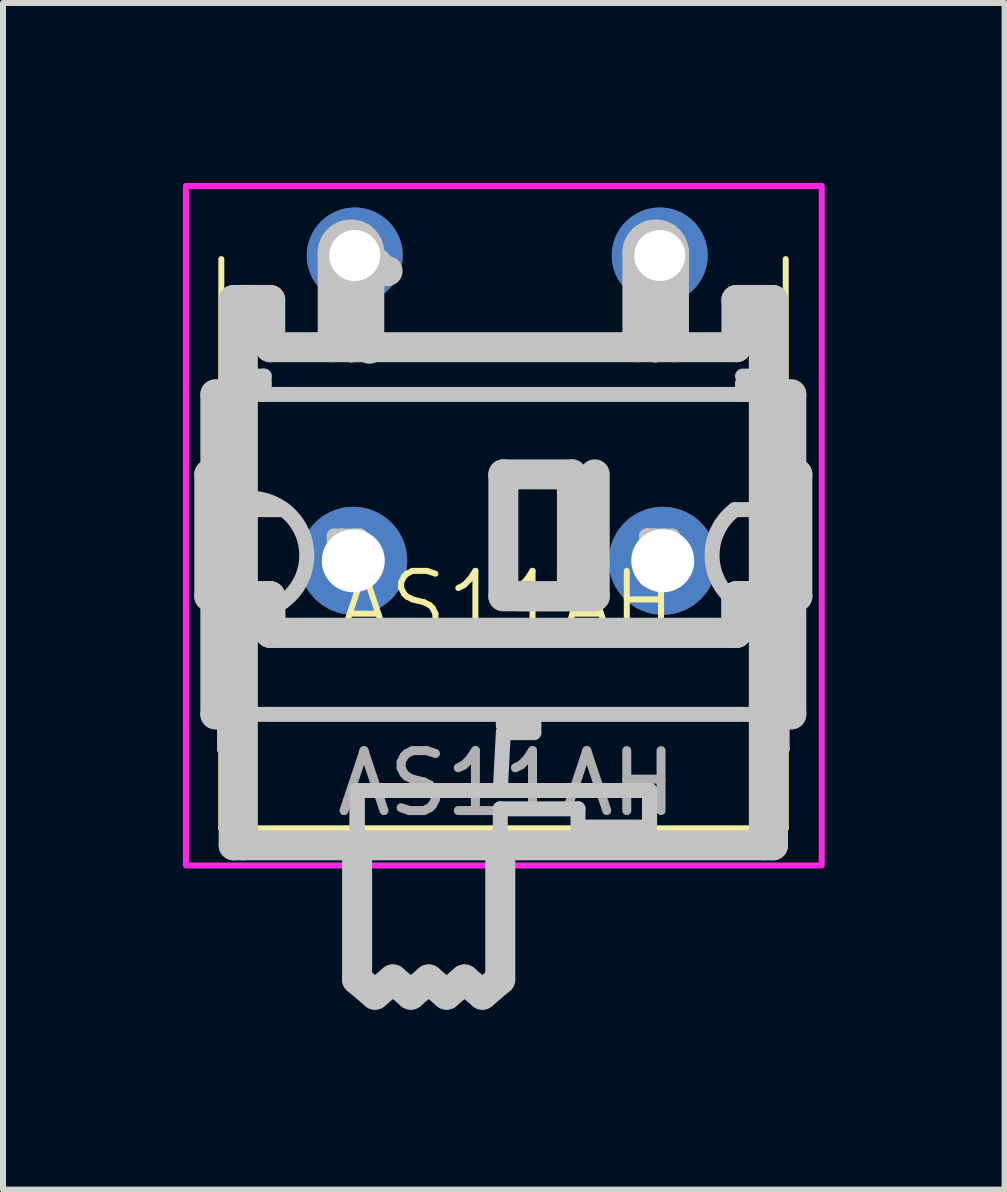
<source format=kicad_pcb>
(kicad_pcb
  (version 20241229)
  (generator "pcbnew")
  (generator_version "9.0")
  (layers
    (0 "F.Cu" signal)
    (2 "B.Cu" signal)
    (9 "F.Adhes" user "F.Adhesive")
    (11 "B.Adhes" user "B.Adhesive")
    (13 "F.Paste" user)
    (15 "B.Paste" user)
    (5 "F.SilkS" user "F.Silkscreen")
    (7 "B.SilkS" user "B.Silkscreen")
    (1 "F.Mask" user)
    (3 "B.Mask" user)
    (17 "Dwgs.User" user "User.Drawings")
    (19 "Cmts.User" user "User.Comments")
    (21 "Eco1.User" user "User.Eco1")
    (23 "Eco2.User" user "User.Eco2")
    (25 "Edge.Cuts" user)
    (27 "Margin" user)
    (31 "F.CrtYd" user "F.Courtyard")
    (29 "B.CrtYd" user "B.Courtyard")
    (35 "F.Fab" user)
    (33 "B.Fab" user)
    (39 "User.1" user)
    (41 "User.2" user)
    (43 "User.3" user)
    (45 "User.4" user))
  (footprint "AS11AH"
    (layer "F.Cu")
    (at 5.4 7.51)
    (property "Reference" "AS11AH" (at 0 -0.5 0) (unlocked yes) (layer "F.SilkS") (effects (font (size 1 1) (thickness 0.1))))
    (attr through_hole)
    (fp_line (start -4.76 3.25) (end -4.76 -6.24) (stroke (width 0.1) (type default)) (layer "F.SilkS"))
    (fp_line (start 4.65 -6.24) (end 4.65 3.25) (stroke (width 0.1) (type default)) (layer "F.SilkS"))
    (fp_line (start 4.65 3.25) (end -4.76 3.25) (stroke (width 0.1) (type default)) (layer "F.SilkS"))
    (fp_line (start -4.96 -2.651) (end -4.96 -0.619) (stroke (width 0.5) (type default)) (layer "Dwgs.User"))
    (fp_line (start -4.859 -2.651) (end -4.96 -2.651) (stroke (width 0.5) (type default)) (layer "Dwgs.User"))
    (fp_line (start -4.859 1.35) (end -4.859 -3.984) (stroke (width 0.5) (type default)) (layer "Dwgs.User"))
    (fp_line (start -4.706 -3.984) (end 4.438 -3.984) (stroke (width 0.25) (type default)) (layer "Dwgs.User"))
    (fp_line (start -4.706 -2.063) (end -4.706 -3.984) (stroke (width 0.25) (type default)) (layer "Dwgs.User"))
    (fp_line (start -4.706 -0.619) (end -4.96 -0.619) (stroke (width 0.5) (type default)) (layer "Dwgs.User"))
    (fp_line (start -4.706 1.921) (end -4.706 -0.619) (stroke (width 0.25) (type default)) (layer "Dwgs.User"))
    (fp_line (start -4.554 -5.559) (end -4.401 -5.559) (stroke (width 0.0001) (type default)) (layer "Dwgs.User"))
    (fp_line (start -4.554 -4.771) (end 4.438 -4.771) (stroke (width 0.25) (type default)) (layer "Dwgs.User"))
    (fp_line (start -4.554 -4.289) (end -4.554 -4.771) (stroke (width 0.25) (type default)) (layer "Dwgs.User"))
    (fp_line (start -4.554 -4.162) (end -4.554 -5.559) (stroke (width 0.5) (type default)) (layer "Dwgs.User"))
    (fp_line (start -4.554 -3.984) (end -4.859 -3.984) (stroke (width 0.5) (type default)) (layer "Dwgs.User"))
    (fp_line (start -4.554 -2.651) (end -4.859 -2.651) (stroke (width 0.25) (type default)) (layer "Dwgs.User"))
    (fp_line (start -4.554 -2.651) (end -4.859 -2.651) (stroke (width 0.25) (type default)) (layer "Dwgs.User"))
    (fp_line (start -4.554 -0.619) (end -4.859 -0.619) (stroke (width 0.25) (type default)) (layer "Dwgs.User"))
    (fp_line (start -4.554 -0.619) (end -4.859 -0.619) (stroke (width 0.25) (type default)) (layer "Dwgs.User"))
    (fp_line (start -4.554 1.35) (end -4.859 1.35) (stroke (width 0.5) (type default)) (layer "Dwgs.User"))
    (fp_line (start -4.554 1.35) (end -4.554 -3.984) (stroke (width 0.5) (type default)) (layer "Dwgs.User"))
    (fp_line (start -4.554 1.35) (end 4.438 1.35) (stroke (width 0.25) (type default)) (layer "Dwgs.User"))
    (fp_line (start -4.554 3.534) (end -4.554 1.35) (stroke (width 0.5) (type default)) (layer "Dwgs.User"))
    (fp_line (start -4.401 -5.559) (end -4.3 -5.559) (stroke (width 0.5) (type default)) (layer "Dwgs.User"))
    (fp_line (start -4.401 -0.619) (end -4.401 -5.559) (stroke (width 0.5) (type default)) (layer "Dwgs.User"))
    (fp_line (start -4.401 3.534) (end -4.401 -0.619) (stroke (width 0.5) (type default)) (layer "Dwgs.User"))
    (fp_line (start -4.3 1.312) (end -4.706 1.312) (stroke (width 0.25) (type default)) (layer "Dwgs.User"))
    (fp_line (start -4.3 1.312) (end -4.3 1.921) (stroke (width 0.25) (type default)) (layer "Dwgs.User"))
    (fp_line (start -4.3 1.921) (end -4.706 1.921) (stroke (width 0.25) (type default)) (layer "Dwgs.User"))
    (fp_line (start -4.287 -2.254) (end -4.287 -2.063) (stroke (width 0.25) (type default)) (layer "Dwgs.User"))
    (fp_line (start -4.287 -0.349) (end -4.287 -0.539) (stroke (width 0.25) (type default)) (layer "Dwgs.User"))
    (fp_line (start -4.046 -4.289) (end -4.554 -4.289) (stroke (width 0.25) (type default)) (layer "Dwgs.User"))
    (fp_line (start -4.046 -4.289) (end -4.046 -3.984) (stroke (width 0.25) (type default)) (layer "Dwgs.User"))
    (fp_line (start -4.046 -4.162) (end -4.554 -4.162) (stroke (width 0.25) (type default)) (layer "Dwgs.User"))
    (fp_line (start -3.944 -5.559) (end -4.554 -5.559) (stroke (width 0.5) (type default)) (layer "Dwgs.User"))
    (fp_line (start -3.944 -4.771) (end -3.944 -5.559) (stroke (width 0.5) (type default)) (layer "Dwgs.User"))
    (fp_line (start -3.944 -4.721) (end -3.944 -4.695) (stroke (width 0.25) (type default)) (layer "Dwgs.User"))
    (fp_line (start -3.944 -0.619) (end -4.554 -0.619) (stroke (width 0.5) (type default)) (layer "Dwgs.User"))
    (fp_line (start -3.944 -0.619) (end -4.554 -0.619) (stroke (width 0.5) (type default)) (layer "Dwgs.User"))
    (fp_line (start -3.944 -0.009) (end -3.944 -0.619) (stroke (width 0.5) (type default)) (layer "Dwgs.User"))
    (fp_line (start -3.944 -0.009) (end -3.944 -0.619) (stroke (width 0.5) (type default)) (layer "Dwgs.User"))
    (fp_line (start -3.716 -2.063) (end -4.706 -2.063) (stroke (width 0.25) (type default)) (layer "Dwgs.User"))
    (fp_line (start -3.716 -0.539) (end -4.287 -0.539) (stroke (width 0.25) (type default)) (layer "Dwgs.User"))
    (fp_line (start -2.933 -5.737) (end -2.263 -5.737) (stroke (width 0.25) (type default)) (layer "Dwgs.User"))
    (fp_line (start -2.918 -6.346) (end -2.293 -6.346) (stroke (width 0.25) (type default)) (layer "Dwgs.User"))
    (fp_line (start -2.903 -6.346) (end -2.903 -4.771) (stroke (width 0.5) (type default)) (layer "Dwgs.User"))
    (fp_line (start -2.903 -5.737) (end -2.933 -5.737) (stroke (width 0.25) (type default)) (layer "Dwgs.User"))
    (fp_line (start -2.903 -4.771) (end -2.903 -4.721) (stroke (width 0.25) (type default)) (layer "Dwgs.User"))
    (fp_line (start -2.903 -4.721) (end -2.598 -4.643) (stroke (width 0.25) (type default)) (layer "Dwgs.User"))
    (fp_line (start -2.877 -1.622) (end -2.877 -1.132) (stroke (width 0.25) (type default)) (layer "Dwgs.User"))
    (fp_line (start -2.756 -0.911) (end -2.756 -1.622) (stroke (width 0.25) (type default)) (layer "Dwgs.User"))
    (fp_line (start -2.75 -1.622) (end -2.756 -1.622) (stroke (width 0.25) (type default)) (layer "Dwgs.User"))
    (fp_line (start -2.75 -1.4) (end -2.573 -1.4) (stroke (width 0.25) (type default)) (layer "Dwgs.User"))
    (fp_line (start -2.75 -1.132) (end -2.75 -1.622) (stroke (width 0.25) (type default)) (layer "Dwgs.User"))
    (fp_line (start -2.598 -6.041) (end -2.598 -6.666) (stroke (width 0.25) (type default)) (layer "Dwgs.User"))
    (fp_line (start -2.598 -6.041) (end -2.293 -6.346) (stroke (width 0.25) (type default)) (layer "Dwgs.User"))
    (fp_line (start -2.598 -5.789) (end -2.598 -6.026) (stroke (width 0.25) (type default)) (layer "Dwgs.User"))
    (fp_line (start -2.598 -5.789) (end -2.598 -4.643) (stroke (width 0.25) (type default)) (layer "Dwgs.User"))
    (fp_line (start -2.573 -1.4) (end -2.573 -0.911) (stroke (width 0.25) (type default)) (layer "Dwgs.User"))
    (fp_line (start -2.496 2.62) (end -2.496 3.534) (stroke (width 0.25) (type default)) (layer "Dwgs.User"))
    (fp_line (start -2.496 2.62) (end -2.496 3.534) (stroke (width 0.25) (type default)) (layer "Dwgs.User"))
    (fp_line (start -2.496 3.534) (end -2.496 5.77) (stroke (width 0.5) (type default)) (layer "Dwgs.User"))
    (fp_line (start -2.496 5.77) (end -2.198 6.024) (stroke (width 0.5) (type default)) (layer "Dwgs.User"))
    (fp_line (start -2.451 -1.622) (end -2.573 -1.622) (stroke (width 0.25) (type default)) (layer "Dwgs.User"))
    (fp_line (start -2.451 -1.132) (end -2.877 -1.132) (stroke (width 0.25) (type default)) (layer "Dwgs.User"))
    (fp_line (start -2.451 -1.132) (end -2.451 -1.622) (stroke (width 0.25) (type default)) (layer "Dwgs.User"))
    (fp_line (start -2.446 -1.622) (end -2.877 -1.622) (stroke (width 0.25) (type default)) (layer "Dwgs.User"))
    (fp_line (start -2.446 -0.911) (end -2.756 -0.911) (stroke (width 0.25) (type default)) (layer "Dwgs.User"))
    (fp_line (start -2.446 -0.911) (end -2.446 -1.622) (stroke (width 0.25) (type default)) (layer "Dwgs.User"))
    (fp_line (start -2.293 -6.346) (end -2.293 -5.737) (stroke (width 0.25) (type default)) (layer "Dwgs.User"))
    (fp_line (start -2.293 -5.737) (end -2.903 -5.737) (stroke (width 0.25) (type default)) (layer "Dwgs.User"))
    (fp_line (start -2.293 -4.771) (end -2.293 -6.041) (stroke (width 0.5) (type default)) (layer "Dwgs.User"))
    (fp_line (start -2.293 -4.771) (end -2.293 -4.746) (stroke (width 0.5) (type default)) (layer "Dwgs.User"))
    (fp_line (start -2.293 -4.721) (end -2.293 -4.746) (stroke (width 0.25) (type default)) (layer "Dwgs.User"))
    (fp_line (start -2.198 6.024) (end -1.899 5.77) (stroke (width 0.5) (type default)) (layer "Dwgs.User"))
    (fp_line (start -1.988 -6.041) (end -2.293 -6.041) (stroke (width 0.5) (type default)) (layer "Dwgs.User"))
    (fp_line (start -1.899 5.77) (end -1.601 6.024) (stroke (width 0.5) (type default)) (layer "Dwgs.User"))
    (fp_line (start -1.601 6.024) (end -1.303 5.77) (stroke (width 0.5) (type default)) (layer "Dwgs.User"))
    (fp_line (start -1.303 5.77) (end -1.004 6.024) (stroke (width 0.5) (type default)) (layer "Dwgs.User"))
    (fp_line (start -1.004 6.024) (end -0.706 5.77) (stroke (width 0.5) (type default)) (layer "Dwgs.User"))
    (fp_line (start -0.706 5.77) (end -0.407 6.024) (stroke (width 0.5) (type default)) (layer "Dwgs.User"))
    (fp_line (start -0.407 6.024) (end -0.109 5.77) (stroke (width 0.5) (type default)) (layer "Dwgs.User"))
    (fp_line (start -0.109 2.62) (end -0.109 2.925) (stroke (width 0.0001) (type default)) (layer "Dwgs.User"))
    (fp_line (start -0.109 3.534) (end -0.109 2.925) (stroke (width 0.25) (type default)) (layer "Dwgs.User"))
    (fp_line (start -0.109 5.77) (end -0.109 3.534) (stroke (width 0.5) (type default)) (layer "Dwgs.User"))
    (fp_line (start -0.058 -2.651) (end -0.058 -0.619) (stroke (width 0.5) (type default)) (layer "Dwgs.User"))
    (fp_line (start -0.058 -0.619) (end -0.058 -0.009) (stroke (width 0.0001) (type default)) (layer "Dwgs.User"))
    (fp_line (start -0.058 1.35) (end -0.058 1.528) (stroke (width 0.25) (type default)) (layer "Dwgs.User"))
    (fp_line (start -0.058 1.655) (end -0.109 2.62) (stroke (width 0.25) (type default)) (layer "Dwgs.User"))
    (fp_line (start 0.45 1.35) (end 0.45 1.655) (stroke (width 0.25) (type default)) (layer "Dwgs.User"))
    (fp_line (start 0.45 1.528) (end -0.058 1.528) (stroke (width 0.25) (type default)) (layer "Dwgs.User"))
    (fp_line (start 0.45 1.655) (end -0.058 1.655) (stroke (width 0.25) (type default)) (layer "Dwgs.User"))
    (fp_line (start 1.085 -2.651) (end -0.058 -2.651) (stroke (width 0.5) (type default)) (layer "Dwgs.User"))
    (fp_line (start 1.085 -2.651) (end 1.085 -0.619) (stroke (width 0.5) (type default)) (layer "Dwgs.User"))
    (fp_line (start 1.085 -0.619) (end 0.196 -0.619) (stroke (width 0.5) (type default)) (layer "Dwgs.User"))
    (fp_line (start 1.187 2.925) (end -0.109 2.925) (stroke (width 0.25) (type default)) (layer "Dwgs.User"))
    (fp_line (start 1.187 2.925) (end 1.187 3.23) (stroke (width 0.25) (type default)) (layer "Dwgs.User"))
    (fp_line (start 1.466 -2.651) (end 1.466 -0.619) (stroke (width 0.5) (type default)) (layer "Dwgs.User"))
    (fp_line (start 1.466 -0.619) (end -0.058 -0.619) (stroke (width 0.5) (type default)) (layer "Dwgs.User"))
    (fp_line (start 2.147 -5.737) (end 2.817 -5.737) (stroke (width 0.25) (type default)) (layer "Dwgs.User"))
    (fp_line (start 2.177 -6.346) (end 2.177 -4.771) (stroke (width 0.5) (type default)) (layer "Dwgs.User"))
    (fp_line (start 2.177 -6.346) (end 2.787 -6.346) (stroke (width 0.25) (type default)) (layer "Dwgs.User"))
    (fp_line (start 2.177 -4.771) (end 2.177 -4.721) (stroke (width 0.25) (type default)) (layer "Dwgs.User"))
    (fp_line (start 2.177 -4.721) (end 2.482 -4.643) (stroke (width 0.25) (type default)) (layer "Dwgs.User"))
    (fp_line (start 2.33 -0.911) (end 2.33 -1.622) (stroke (width 0.25) (type default)) (layer "Dwgs.User"))
    (fp_line (start 2.33 -0.911) (end 2.457 -0.911) (stroke (width 0.25) (type default)) (layer "Dwgs.User"))
    (fp_line (start 2.335 -1.4) (end 2.335 -1.132) (stroke (width 0.25) (type default)) (layer "Dwgs.User"))
    (fp_line (start 2.335 -1.4) (end 2.64 -1.4) (stroke (width 0.25) (type default)) (layer "Dwgs.User"))
    (fp_line (start 2.335 -0.911) (end 2.335 -1.622) (stroke (width 0.25) (type default)) (layer "Dwgs.User"))
    (fp_line (start 2.38 2.62) (end -2.496 2.62) (stroke (width 0.25) (type default)) (layer "Dwgs.User"))
    (fp_line (start 2.38 2.62) (end -2.496 2.62) (stroke (width 0.25) (type default)) (layer "Dwgs.User"))
    (fp_line (start 2.38 2.62) (end 2.38 3.23) (stroke (width 0.25) (type default)) (layer "Dwgs.User"))
    (fp_line (start 2.38 2.62) (end 2.38 3.534) (stroke (width 0.25) (type default)) (layer "Dwgs.User"))
    (fp_line (start 2.38 3.23) (end 1.187 3.23) (stroke (width 0.25) (type default)) (layer "Dwgs.User"))
    (fp_line (start 2.457 -1.622) (end 2.335 -1.622) (stroke (width 0.25) (type default)) (layer "Dwgs.User"))
    (fp_line (start 2.457 -1.622) (end 2.634 -1.622) (stroke (width 0.25) (type default)) (layer "Dwgs.User"))
    (fp_line (start 2.457 -0.911) (end 2.457 -1.622) (stroke (width 0.25) (type default)) (layer "Dwgs.User"))
    (fp_line (start 2.482 -5.789) (end 2.482 -6.026) (stroke (width 0.25) (type default)) (layer "Dwgs.User"))
    (fp_line (start 2.482 -5.789) (end 2.482 -4.643) (stroke (width 0.25) (type default)) (layer "Dwgs.User"))
    (fp_line (start 2.482 -5.737) (end 2.482 -6.666) (stroke (width 0.25) (type default)) (layer "Dwgs.User"))
    (fp_line (start 2.634 -1.132) (end 2.335 -1.132) (stroke (width 0.25) (type default)) (layer "Dwgs.User"))
    (fp_line (start 2.634 -0.911) (end 2.634 -1.622) (stroke (width 0.25) (type default)) (layer "Dwgs.User"))
    (fp_line (start 2.634 -0.911) (end 2.64 -0.911) (stroke (width 0.25) (type default)) (layer "Dwgs.User"))
    (fp_line (start 2.64 -0.911) (end 2.64 -1.4) (stroke (width 0.25) (type default)) (layer "Dwgs.User"))
    (fp_line (start 2.761 -1.622) (end 2.33 -1.622) (stroke (width 0.25) (type default)) (layer "Dwgs.User"))
    (fp_line (start 2.761 -0.911) (end 2.335 -0.911) (stroke (width 0.25) (type default)) (layer "Dwgs.User"))
    (fp_line (start 2.761 -0.911) (end 2.761 -1.622) (stroke (width 0.25) (type default)) (layer "Dwgs.User"))
    (fp_line (start 2.787 -5.737) (end 2.482 -5.737) (stroke (width 0.25) (type default)) (layer "Dwgs.User"))
    (fp_line (start 2.787 -5.737) (end 2.817 -5.737) (stroke (width 0.25) (type default)) (layer "Dwgs.User"))
    (fp_line (start 2.787 -4.771) (end 2.787 -6.346) (stroke (width 0.5) (type default)) (layer "Dwgs.User"))
    (fp_line (start 2.787 -4.746) (end 2.787 -4.771) (stroke (width 0.25) (type default)) (layer "Dwgs.User"))
    (fp_line (start 2.787 -4.721) (end 2.787 -4.746) (stroke (width 0.25) (type default)) (layer "Dwgs.User"))
    (fp_line (start 3.803 -0.539) (end 4.743 -0.539) (stroke (width 0.25) (type default)) (layer "Dwgs.User"))
    (fp_line (start 3.803 -2.063) (end 4.59 -2.063) (stroke (width 0.25) (type default)) (layer "Dwgs.User"))
    (fp_line (start 3.828 -4.771) (end -3.944 -4.771) (stroke (width 0.5) (type default)) (layer "Dwgs.User"))
    (fp_line (start 3.828 -4.771) (end 3.828 -5.559) (stroke (width 0.5) (type default)) (layer "Dwgs.User"))
    (fp_line (start 3.828 -4.721) (end -3.944 -4.721) (stroke (width 0.25) (type default)) (layer "Dwgs.User"))
    (fp_line (start 3.828 -4.721) (end 3.828 -4.695) (stroke (width 0.25) (type default)) (layer "Dwgs.User"))
    (fp_line (start 3.828 -4.695) (end -3.944 -4.695) (stroke (width 0.25) (type default)) (layer "Dwgs.User"))
    (fp_line (start 3.828 -4.695) (end 4.285 -5.559) (stroke (width 0.25) (type default)) (layer "Dwgs.User"))
    (fp_line (start 3.828 -0.009) (end -3.944 -0.009) (stroke (width 0.5) (type default)) (layer "Dwgs.User"))
    (fp_line (start 3.828 -0.009) (end -3.944 -0.009) (stroke (width 0.5) (type default)) (layer "Dwgs.User"))
    (fp_line (start 3.828 -0.009) (end 3.828 -0.619) (stroke (width 0.5) (type default)) (layer "Dwgs.User"))
    (fp_line (start 3.828 -0.009) (end 3.828 -0.619) (stroke (width 0.5) (type default)) (layer "Dwgs.User"))
    (fp_line (start 3.93 -4.289) (end 4.438 -4.289) (stroke (width 0.25) (type default)) (layer "Dwgs.User"))
    (fp_line (start 3.93 -4.162) (end 3.93 -3.984) (stroke (width 0.25) (type default)) (layer "Dwgs.User"))
    (fp_line (start 3.93 -4.162) (end 4.59 -4.162) (stroke (width 0.25) (type default)) (layer "Dwgs.User"))
    (fp_line (start 4.184 1.312) (end 4.184 1.921) (stroke (width 0.25) (type default)) (layer "Dwgs.User"))
    (fp_line (start 4.184 1.312) (end 4.59 1.312) (stroke (width 0.25) (type default)) (layer "Dwgs.User"))
    (fp_line (start 4.184 1.921) (end 4.59 1.921) (stroke (width 0.25) (type default)) (layer "Dwgs.User"))
    (fp_line (start 4.285 -0.619) (end 4.285 -5.559) (stroke (width 0.5) (type default)) (layer "Dwgs.User"))
    (fp_line (start 4.285 3.534) (end 4.285 -0.619) (stroke (width 0.5) (type default)) (layer "Dwgs.User"))
    (fp_line (start 4.438 -5.559) (end 3.828 -5.559) (stroke (width 0.5) (type default)) (layer "Dwgs.User"))
    (fp_line (start 4.438 -4.771) (end 4.438 -4.289) (stroke (width 0.25) (type default)) (layer "Dwgs.User"))
    (fp_line (start 4.438 -3.984) (end 4.438 -5.559) (stroke (width 0.5) (type default)) (layer "Dwgs.User"))
    (fp_line (start 4.438 -0.619) (end 3.828 -0.619) (stroke (width 0.5) (type default)) (layer "Dwgs.User"))
    (fp_line (start 4.438 -0.619) (end 3.828 -0.619) (stroke (width 0.5) (type default)) (layer "Dwgs.User"))
    (fp_line (start 4.438 1.35) (end 4.438 -3.984) (stroke (width 0.5) (type default)) (layer "Dwgs.User"))
    (fp_line (start 4.438 3.534) (end -4.554 3.534) (stroke (width 0.5) (type default)) (layer "Dwgs.User"))
    (fp_line (start 4.438 3.534) (end 4.438 1.35) (stroke (width 0.5) (type default)) (layer "Dwgs.User"))
    (fp_line (start 4.59 -2.063) (end 4.59 -4.162) (stroke (width 0.25) (type default)) (layer "Dwgs.User"))
    (fp_line (start 4.59 1.921) (end 4.59 -0.539) (stroke (width 0.25) (type default)) (layer "Dwgs.User"))
    (fp_line (start 4.743 -3.984) (end 4.438 -3.984) (stroke (width 0.5) (type default)) (layer "Dwgs.User"))
    (fp_line (start 4.743 -2.651) (end 4.438 -2.651) (stroke (width 0.25) (type default)) (layer "Dwgs.User"))
    (fp_line (start 4.743 -2.651) (end 4.438 -2.651) (stroke (width 0.25) (type default)) (layer "Dwgs.User"))
    (fp_line (start 4.743 -0.619) (end 4.438 -0.619) (stroke (width 0.25) (type default)) (layer "Dwgs.User"))
    (fp_line (start 4.743 -0.619) (end 4.438 -0.619) (stroke (width 0.25) (type default)) (layer "Dwgs.User"))
    (fp_line (start 4.743 -0.539) (end 4.743 -0.619) (stroke (width 0.25) (type default)) (layer "Dwgs.User"))
    (fp_line (start 4.743 1.35) (end 4.438 1.35) (stroke (width 0.5) (type default)) (layer "Dwgs.User"))
    (fp_line (start 4.743 1.35) (end 4.743 -3.984) (stroke (width 0.5) (type default)) (layer "Dwgs.User"))
    (fp_line (start 4.844 -2.651) (end 4.743 -2.651) (stroke (width 0.5) (type default)) (layer "Dwgs.User"))
    (fp_line (start 4.844 -2.651) (end 4.844 -0.619) (stroke (width 0.5) (type default)) (layer "Dwgs.User"))
    (fp_line (start 4.844 -0.619) (end 4.743 -0.619) (stroke (width 0.5) (type default)) (layer "Dwgs.User"))
    (fp_arc (start -4.2871 -2.253625) (mid -3.3346 -1.301125) (end -4.2871 -0.348625) (stroke (width 0.25) (type default)) (layer "Dwgs.User"))
    (fp_arc (start -2.9028 -6.3462) (mid -2.598 -6.651) (end -2.2932 -6.3462) (stroke (width 0.5) (type default)) (layer "Dwgs.User"))
    (fp_arc (start -2.598 -6.041401) (mid -2.293199 -6.3462) (end -1.9884 -6.0414) (stroke (width 0.25) (type default)) (layer "Dwgs.User"))
    (fp_arc (start 2.1772 -6.3462) (mid 2.482 -6.651) (end 2.7868 -6.3462) (stroke (width 0.5) (type default)) (layer "Dwgs.User"))
    (fp_arc (start 2.7868 -6.3462) (mid 2.482 -6.0414) (end 2.1772 -6.3462) (stroke (width 0.25) (type default)) (layer "Dwgs.User"))
    (fp_arc (start 3.802802 -0.539125) (mid 3.421805 -1.301128) (end 3.802814 -2.063125) (stroke (width 0.25) (type default)) (layer "Dwgs.User"))
    (fp_circle (center -4.554 -5.559) (end -4.3 -5.559) (stroke (width 0.0001) (type default)) (fill no) (layer "Dwgs.User"))
    (fp_circle (center -0.109 2.62) (end 0.145 2.62) (stroke (width 0.0001) (type default)) (fill no) (layer "Dwgs.User"))
    (fp_circle (center -0.109 2.62) (end 0.145 2.62) (stroke (width 0.0001) (type default)) (fill no) (layer "Dwgs.User"))
    (fp_circle (center -0.058 -4.695) (end 0.196 -4.695) (stroke (width 0.0001) (type default)) (fill no) (layer "Dwgs.User"))
    (fp_circle (center -0.058 -4.695) (end 0.196 -4.695) (stroke (width 0.0001) (type default)) (fill no) (layer "Dwgs.User"))
    (fp_circle (center -0.058 -0.619) (end 0.196 -0.619) (stroke (width 0.0001) (type default)) (fill no) (layer "Dwgs.User"))
    (fp_circle (center -0.058 -0.009) (end 0.196 -0.009) (stroke (width 0.0001) (type default)) (fill no) (layer "Dwgs.User"))
    (fp_circle (center -0.058 -0.009) (end 0.196 -0.009) (stroke (width 0.0001) (type default)) (fill no) (layer "Dwgs.User"))
    (fp_rect (start -5.35 -7.46) (end 5.25 3.87) (stroke (width 0.1) (type default)) (fill no) (layer "F.CrtYd"))
    (fp_text user "${REFERENCE}" (at 0 2.5 0) (unlocked yes) (layer "F.Fab") (effects (font (size 1 1) (thickness 0.15))))
    (pad "1" thru_hole circle (at -2.535 -6.3) (size 1.6 1.6) (drill 0.85) (layers "*.Cu" "*.Mask"))
    (pad "2" thru_hole circle (at 2.55 -6.3) (size 1.6 1.6) (drill 0.85) (layers "*.Cu" "*.Mask"))
    (pad "3" thru_hole circle (at 2.6 -1.21) (size 1.8 1.8) (drill 1.05) (layers "*.Cu" "*.Mask"))
    (pad "4" thru_hole circle (at -2.56 -1.21) (size 1.8 1.8) (drill 1.05) (layers "*.Cu" "*.Mask")))
  (gr_rect
    (start -3 -3)
    (end 13.7 16.784)
    (stroke (width 0.1) (type default))
    (fill no)
    (layer "Edge.Cuts")))
</source>
